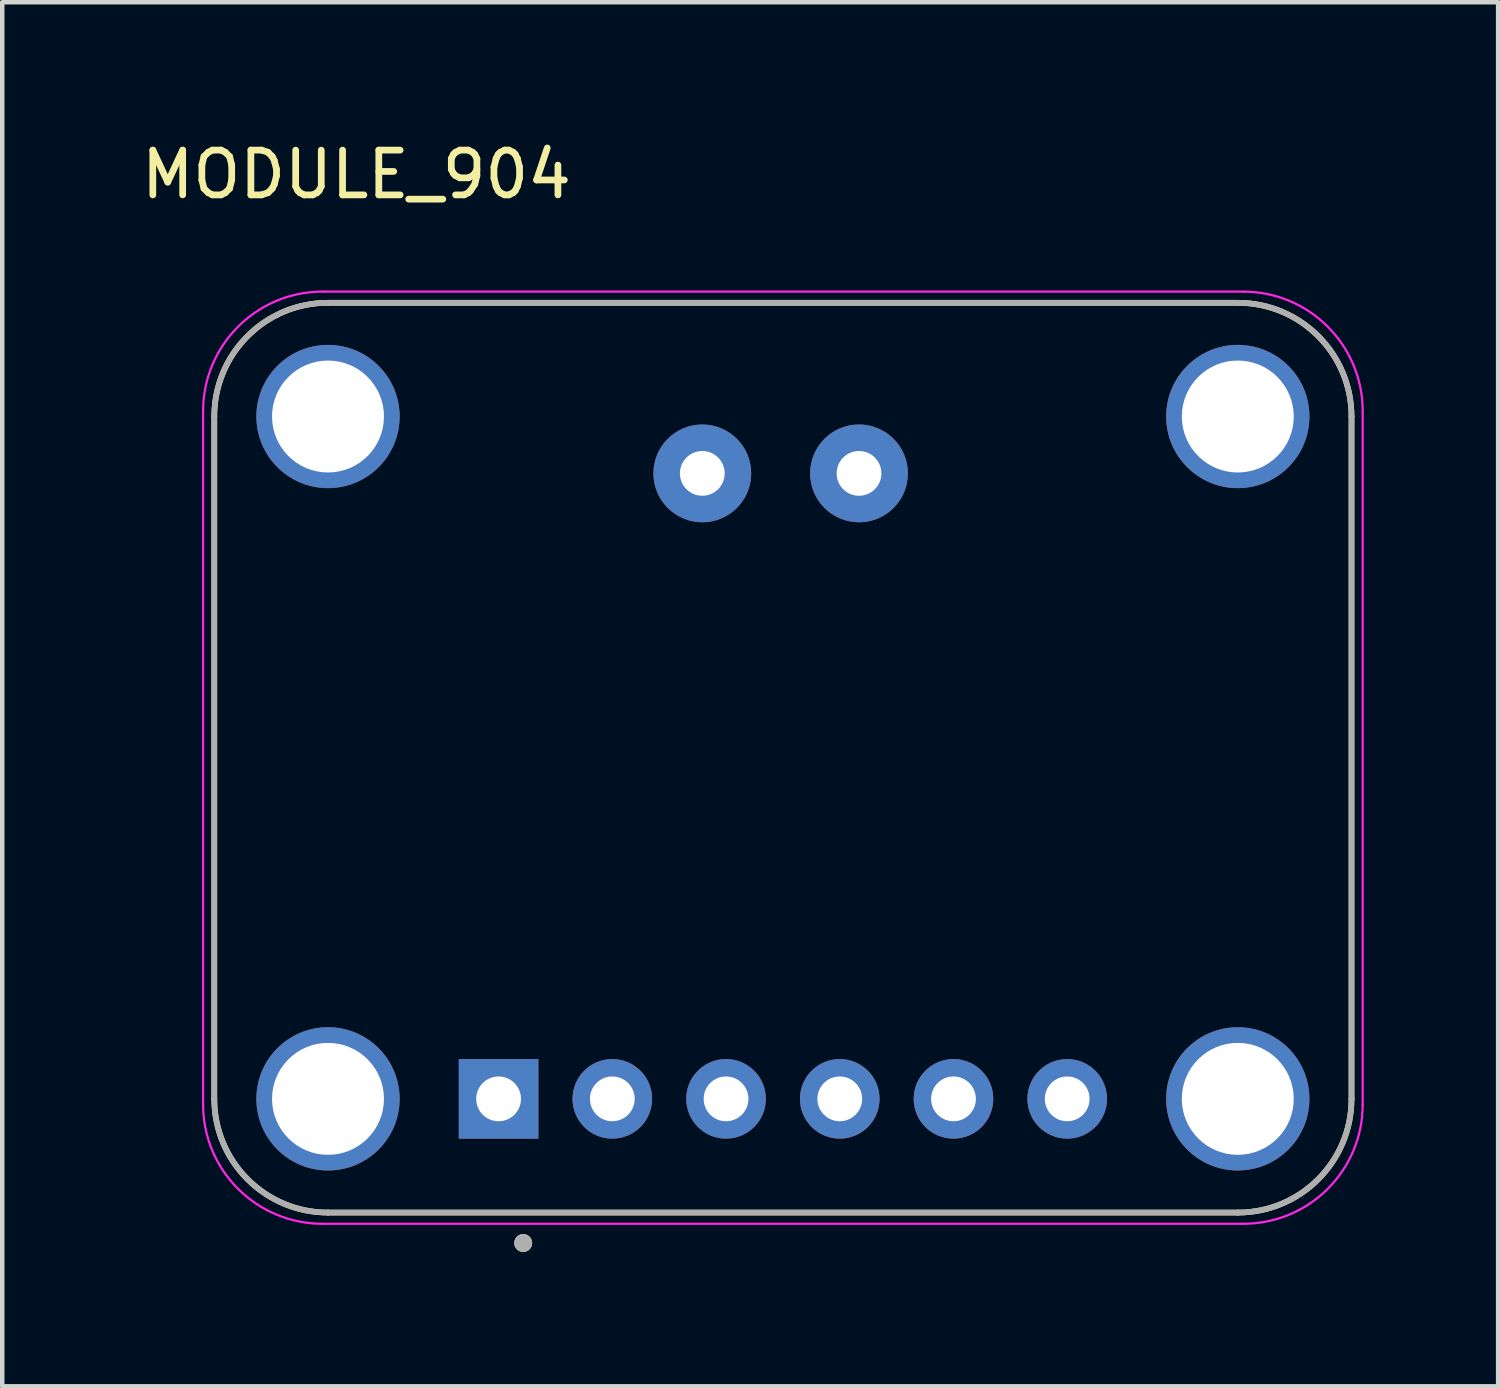
<source format=kicad_pcb>
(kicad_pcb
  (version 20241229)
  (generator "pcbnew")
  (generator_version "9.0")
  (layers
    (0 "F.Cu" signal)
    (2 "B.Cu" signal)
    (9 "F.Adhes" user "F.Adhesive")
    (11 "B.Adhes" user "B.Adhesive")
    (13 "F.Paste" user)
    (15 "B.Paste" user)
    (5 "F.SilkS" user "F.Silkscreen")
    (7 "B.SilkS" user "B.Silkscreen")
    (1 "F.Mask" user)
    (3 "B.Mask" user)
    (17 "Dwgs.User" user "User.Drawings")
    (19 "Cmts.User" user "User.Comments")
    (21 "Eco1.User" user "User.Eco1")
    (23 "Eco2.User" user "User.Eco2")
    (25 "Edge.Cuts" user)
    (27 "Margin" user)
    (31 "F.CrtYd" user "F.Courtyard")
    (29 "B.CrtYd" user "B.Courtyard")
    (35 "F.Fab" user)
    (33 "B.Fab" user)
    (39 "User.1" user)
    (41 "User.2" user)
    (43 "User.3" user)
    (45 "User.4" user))
  (footprint "MODULE_904"
    (layer "F.Cu")
    (at 1.736 24.033)
    (property "Reference" "MODULE_904" (at 3.175 -23.185 0) (layer "F.SilkS") (effects (font (size 1 1) (thickness 0.15))))
    (attr through_hole)
    (fp_line (start 0 -17.78) (end 0 -2.54) (stroke (width 0.127) (type solid)) (layer "F.SilkS"))
    (fp_line (start 2.54 0) (end 22.86 0) (stroke (width 0.127) (type solid)) (layer "F.SilkS"))
    (fp_line (start 22.86 -20.32) (end 2.54 -20.32) (stroke (width 0.127) (type solid)) (layer "F.SilkS"))
    (fp_line (start 25.4 -2.54) (end 25.4 -17.78) (stroke (width 0.127) (type solid)) (layer "F.SilkS"))
    (fp_arc (start 0 -17.78) (mid 0.743949 -19.576051) (end 2.54 -20.32) (stroke (width 0.127) (type solid)) (layer "F.SilkS"))
    (fp_arc (start 2.54 0) (mid 0.743949 -0.743949) (end 0 -2.54) (stroke (width 0.127) (type solid)) (layer "F.SilkS"))
    (fp_arc (start 22.86 -20.32) (mid 24.656051 -19.576051) (end 25.4 -17.78) (stroke (width 0.127) (type solid)) (layer "F.SilkS"))
    (fp_arc (start 25.4 -2.54) (mid 24.656051 -0.743949) (end 22.86 0) (stroke (width 0.127) (type solid)) (layer "F.SilkS"))
    (fp_circle (center 6.9 0.68) (end 7 0.68) (stroke (width 0.2) (type solid)) (fill no) (layer "F.SilkS"))
    (fp_line (start -0.25 -2.415) (end -0.25 -17.9) (stroke (width 0.05) (type solid)) (layer "F.CrtYd"))
    (fp_line (start 2.42 -20.57) (end 22.98 -20.57) (stroke (width 0.05) (type solid)) (layer "F.CrtYd"))
    (fp_line (start 22.985 0.25) (end 2.415 0.25) (stroke (width 0.05) (type solid)) (layer "F.CrtYd"))
    (fp_line (start 25.65 -17.9) (end 25.65 -2.415) (stroke (width 0.05) (type solid)) (layer "F.CrtYd"))
    (fp_arc (start -0.25 -17.9) (mid 0.532025 -19.787975) (end 2.42 -20.57) (stroke (width 0.05) (type solid)) (layer "F.CrtYd"))
    (fp_arc (start 2.415 0.25) (mid 0.53056 -0.53056) (end -0.25 -2.415) (stroke (width 0.05) (type solid)) (layer "F.CrtYd"))
    (fp_arc (start 22.98 -20.57) (mid 24.867975 -19.787975) (end 25.65 -17.9) (stroke (width 0.05) (type solid)) (layer "F.CrtYd"))
    (fp_arc (start 25.65 -2.415) (mid 24.86944 -0.53056) (end 22.985 0.25) (stroke (width 0.05) (type solid)) (layer "F.CrtYd"))
    (fp_line (start 0 -17.78) (end 0 -2.54) (stroke (width 0.127) (type solid)) (layer "F.Fab"))
    (fp_line (start 2.54 0) (end 22.86 0) (stroke (width 0.127) (type solid)) (layer "F.Fab"))
    (fp_line (start 22.86 -20.32) (end 2.54 -20.32) (stroke (width 0.127) (type solid)) (layer "F.Fab"))
    (fp_line (start 25.4 -2.54) (end 25.4 -17.78) (stroke (width 0.127) (type solid)) (layer "F.Fab"))
    (fp_arc (start 0 -17.78) (mid 0.743949 -19.576051) (end 2.54 -20.32) (stroke (width 0.127) (type solid)) (layer "F.Fab"))
    (fp_arc (start 2.54 0) (mid 0.743949 -0.743949) (end 0 -2.54) (stroke (width 0.127) (type solid)) (layer "F.Fab"))
    (fp_arc (start 22.86 -20.32) (mid 24.656051 -19.576051) (end 25.4 -17.78) (stroke (width 0.127) (type solid)) (layer "F.Fab"))
    (fp_arc (start 25.4 -2.54) (mid 24.656051 -0.743949) (end 22.86 0) (stroke (width 0.127) (type solid)) (layer "F.Fab"))
    (fp_circle (center 6.9 0.68) (end 7 0.68) (stroke (width 0.2) (type solid)) (fill no) (layer "F.Fab"))
    (pad "1" thru_hole rect (at 6.35 -2.54) (size 1.778 1.778) (drill 1) (layers "*.Cu" "*.Mask"))
    (pad "2" thru_hole circle (at 8.89 -2.54) (size 1.778 1.778) (drill 1) (layers "*.Cu" "*.Mask"))
    (pad "3" thru_hole circle (at 11.43 -2.54) (size 1.778 1.778) (drill 1) (layers "*.Cu" "*.Mask"))
    (pad "4" thru_hole circle (at 13.97 -2.54) (size 1.778 1.778) (drill 1) (layers "*.Cu" "*.Mask"))
    (pad "5" thru_hole circle (at 16.51 -2.54) (size 1.778 1.778) (drill 1) (layers "*.Cu" "*.Mask"))
    (pad "6" thru_hole circle (at 19.05 -2.54) (size 1.778 1.778) (drill 1) (layers "*.Cu" "*.Mask"))
    (pad "SH1" thru_hole circle (at 2.54 -17.78) (size 3.2 3.2) (drill 2.5) (layers "*.Cu" "*.Mask"))
    (pad "SH2" thru_hole circle (at 22.86 -17.78) (size 3.2 3.2) (drill 2.5) (layers "*.Cu" "*.Mask"))
    (pad "SH3" thru_hole circle (at 2.54 -2.54) (size 3.2 3.2) (drill 2.5) (layers "*.Cu" "*.Mask"))
    (pad "SH4" thru_hole circle (at 22.86 -2.54) (size 3.2 3.2) (drill 2.5) (layers "*.Cu" "*.Mask"))
    (pad "VIN+" thru_hole circle (at 14.4 -16.51) (size 2.184 2.184) (drill 1) (layers "*.Cu" "*.Mask"))
    (pad "VIN-" thru_hole circle (at 10.9 -16.51) (size 2.184 2.184) (drill 1) (layers "*.Cu" "*.Mask")))
  (gr_rect
    (start -3 -3)
    (end 30.411 27.913)
    (stroke (width 0.1) (type default))
    (fill no)
    (layer "Edge.Cuts")))
</source>
